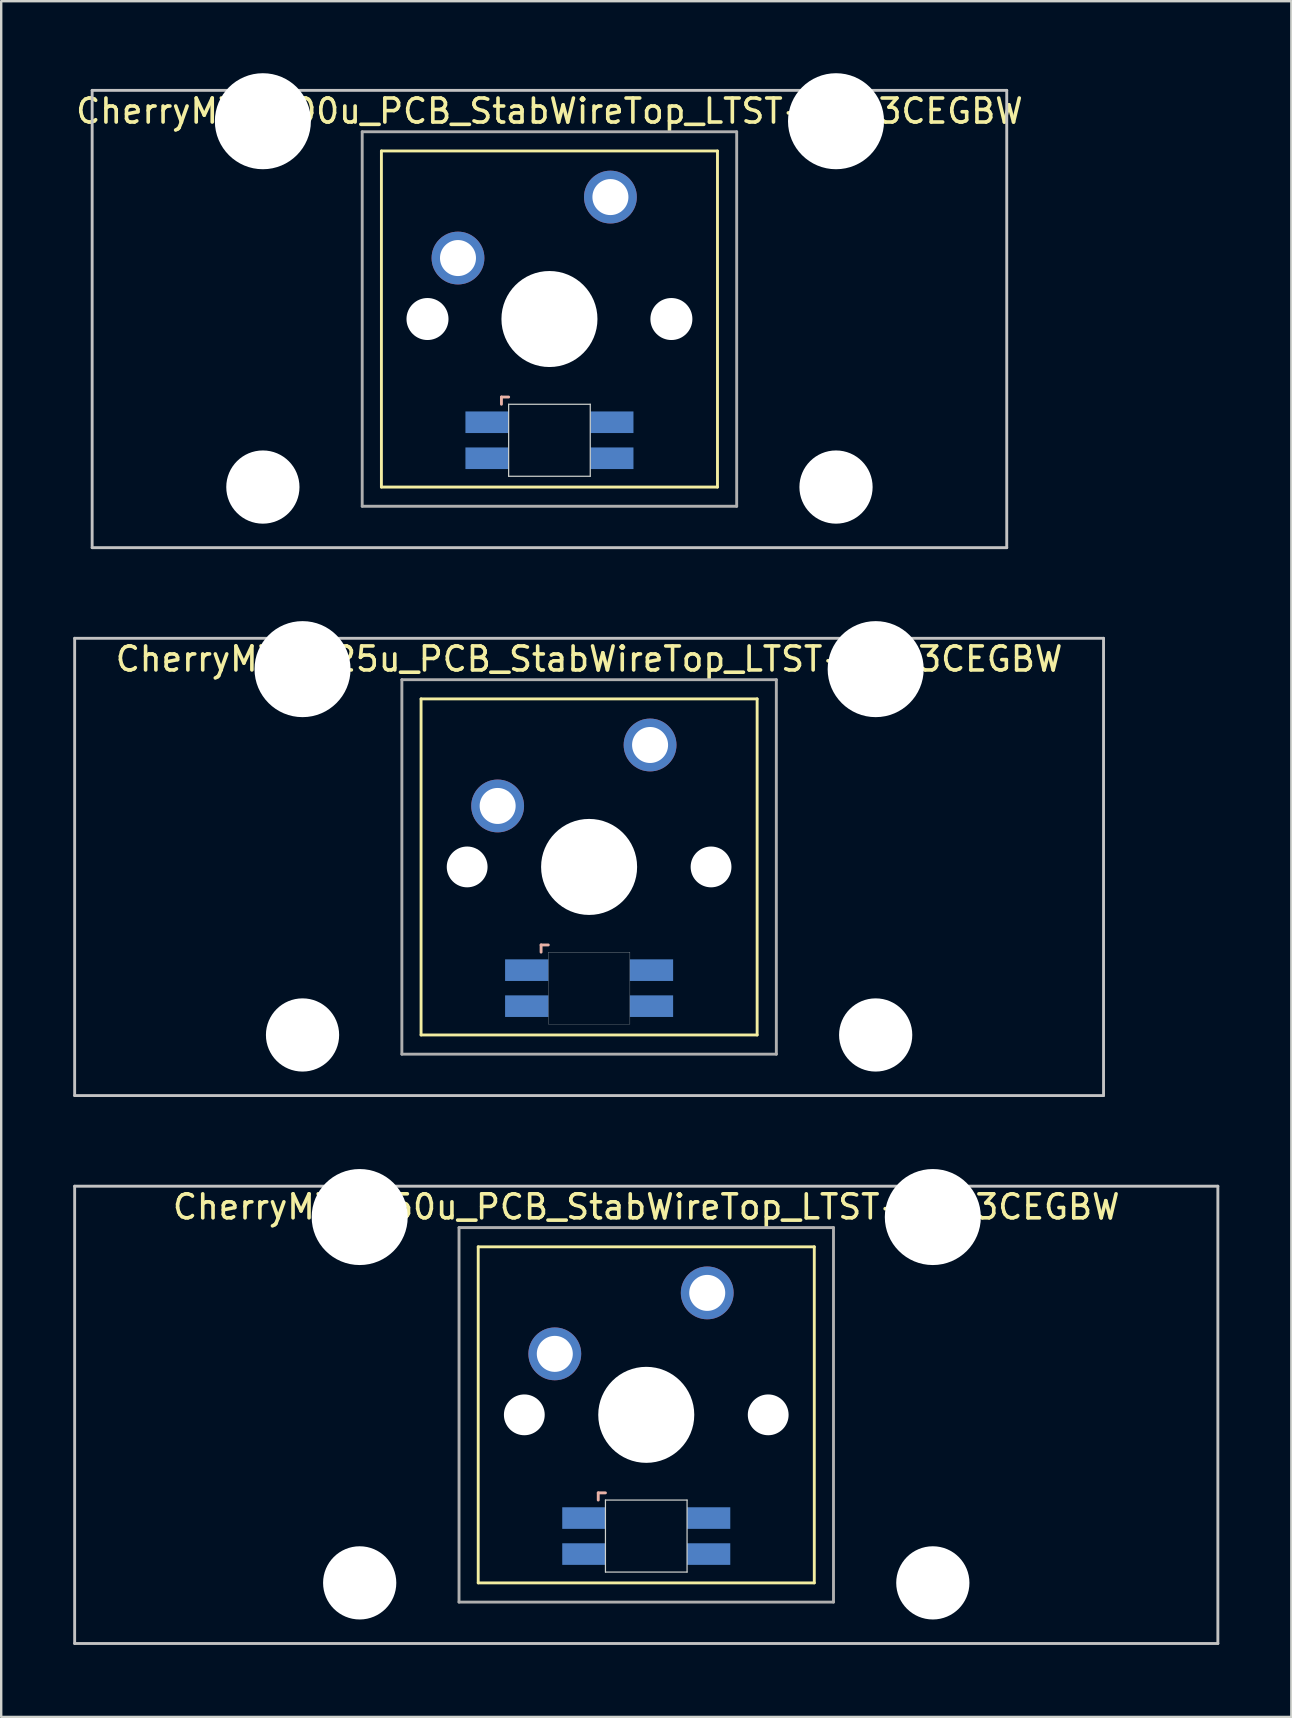
<source format=kicad_pcb>
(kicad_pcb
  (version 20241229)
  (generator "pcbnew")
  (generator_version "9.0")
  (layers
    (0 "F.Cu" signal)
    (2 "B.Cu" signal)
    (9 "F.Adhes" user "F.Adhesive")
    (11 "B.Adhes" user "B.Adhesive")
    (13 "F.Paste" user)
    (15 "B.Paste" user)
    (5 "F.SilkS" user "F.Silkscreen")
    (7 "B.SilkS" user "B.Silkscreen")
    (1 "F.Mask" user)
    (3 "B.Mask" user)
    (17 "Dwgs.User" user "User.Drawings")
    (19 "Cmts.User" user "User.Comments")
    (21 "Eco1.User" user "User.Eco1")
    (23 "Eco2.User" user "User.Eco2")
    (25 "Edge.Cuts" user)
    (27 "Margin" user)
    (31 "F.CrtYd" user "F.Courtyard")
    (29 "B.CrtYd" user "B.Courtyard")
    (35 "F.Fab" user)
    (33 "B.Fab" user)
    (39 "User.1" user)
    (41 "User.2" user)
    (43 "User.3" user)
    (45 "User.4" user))
  (footprint "CherryMX_2.25u_PCB_StabWireTop_LTST-A683CEGBW"
    (layer "F.Cu")
    (at 21.491 33.065)
    (property "Reference" "CherryMX_2.25u_PCB_StabWireTop_LTST-A683CEGBW" (at 0 -8.662 0) (layer "F.SilkS") (effects (font (size 1 1) (thickness 0.15))))
    (attr through_hole)
    (fp_line (start -7 -7) (end -7 7) (stroke (width 0.12) (type solid)) (layer "F.SilkS"))
    (fp_line (start -7 -7) (end 7 -7) (stroke (width 0.12) (type solid)) (layer "F.SilkS"))
    (fp_line (start 7 -7) (end 7 7) (stroke (width 0.12) (type solid)) (layer "F.SilkS"))
    (fp_line (start 7 7) (end -7 7) (stroke (width 0.12) (type solid)) (layer "F.SilkS"))
    (fp_line (start -2 3.25) (end -2 3.55) (stroke (width 0.12) (type solid)) (layer "B.SilkS"))
    (fp_line (start -1.7 3.25) (end -2 3.25) (stroke (width 0.12) (type solid)) (layer "B.SilkS"))
    (fp_line (start -21.431 -9.525) (end 21.431 -9.525) (stroke (width 0.12) (type solid)) (layer "Dwgs.User"))
    (fp_line (start -21.431 9.525) (end -21.431 -9.525) (stroke (width 0.12) (type solid)) (layer "Dwgs.User"))
    (fp_line (start 21.431 -9.525) (end 21.431 9.525) (stroke (width 0.12) (type solid)) (layer "Dwgs.User"))
    (fp_line (start 21.431 9.525) (end -21.431 9.525) (stroke (width 0.12) (type solid)) (layer "Dwgs.User"))
    (fp_poly (pts (xy 1.7 6.55) (xy -1.7 6.55) (xy -1.7 3.55) (xy 1.7 3.55)) (stroke (width 0.01) (type solid)) (fill no) (layer "Edge.Cuts"))
    (fp_line (start -7.8 -7.8) (end -7.8 7.8) (stroke (width 0.12) (type solid)) (layer "F.Fab"))
    (fp_line (start -7.8 -7.8) (end 7.8 -7.8) (stroke (width 0.12) (type solid)) (layer "F.Fab"))
    (fp_line (start -7.8 7.8) (end 7.8 7.8) (stroke (width 0.12) (type solid)) (layer "F.Fab"))
    (fp_line (start 7.8 -7.8) (end 7.8 7.8) (stroke (width 0.12) (type solid)) (layer "F.Fab"))
    (pad "" np_thru_hole circle (at -11.938 -8.24) (size 4 4) (drill 4) (layers "*.Cu" "*.Mask"))
    (pad "" np_thru_hole circle (at -11.938 7) (size 3.05 3.05) (drill 3.05) (layers "*.Cu" "*.Mask"))
    (pad "" np_thru_hole circle (at -5.08 0) (size 1.7 1.7) (drill 1.7) (layers "*.Cu" "*.Mask"))
    (pad "" np_thru_hole circle (at 0 0) (size 4 4) (drill 4) (layers "*.Cu" "*.Mask"))
    (pad "" np_thru_hole circle (at 5.08 0) (size 1.7 1.7) (drill 1.7) (layers "*.Cu" "*.Mask"))
    (pad "" np_thru_hole circle (at 11.938 -8.24) (size 4 4) (drill 4) (layers "*.Cu" "*.Mask"))
    (pad "" np_thru_hole circle (at 11.938 7) (size 3.05 3.05) (drill 3.05) (layers "*.Cu" "*.Mask"))
    (pad "1" thru_hole circle (at -3.81 -2.54) (size 2.2 2.2) (drill 1.5) (layers "*.Cu" "*.Mask"))
    (pad "2" thru_hole circle (at 2.54 -5.08) (size 2.2 2.2) (drill 1.5) (layers "*.Cu" "*.Mask"))
    (pad "3" smd rect (at -2.6 4.3) (size 1.8 0.9) (layers "B.Cu" "B.Mask" "B.Paste"))
    (pad "4" smd rect (at -2.6 5.8) (size 1.8 0.9) (layers "B.Cu" "B.Mask" "B.Paste"))
    (pad "5" smd rect (at 2.6 4.3) (size 1.8 0.9) (layers "B.Cu" "B.Mask" "B.Paste"))
    (pad "6" smd rect (at 2.6 5.8) (size 1.8 0.9) (layers "B.Cu" "B.Mask" "B.Paste")))
  (footprint "CherryMX_2.00u_PCB_StabWireTop_LTST-A683CEGBW"
    (layer "F.Cu")
    (at 19.839 10.24)
    (property "Reference" "CherryMX_2.00u_PCB_StabWireTop_LTST-A683CEGBW" (at 0 -8.662 0) (layer "F.SilkS") (effects (font (size 1 1) (thickness 0.15))))
    (attr through_hole)
    (fp_line (start -7 -7) (end -7 7) (stroke (width 0.12) (type solid)) (layer "F.SilkS"))
    (fp_line (start -7 -7) (end 7 -7) (stroke (width 0.12) (type solid)) (layer "F.SilkS"))
    (fp_line (start 7 -7) (end 7 7) (stroke (width 0.12) (type solid)) (layer "F.SilkS"))
    (fp_line (start 7 7) (end -7 7) (stroke (width 0.12) (type solid)) (layer "F.SilkS"))
    (fp_line (start -2 3.25) (end -2 3.55) (stroke (width 0.12) (type solid)) (layer "B.SilkS"))
    (fp_line (start -1.7 3.25) (end -2 3.25) (stroke (width 0.12) (type solid)) (layer "B.SilkS"))
    (fp_line (start -19.05 -9.525) (end 19.05 -9.525) (stroke (width 0.12) (type solid)) (layer "Dwgs.User"))
    (fp_line (start -19.05 9.525) (end -19.05 -9.525) (stroke (width 0.12) (type solid)) (layer "Dwgs.User"))
    (fp_line (start 19.05 -9.525) (end 19.05 9.525) (stroke (width 0.12) (type solid)) (layer "Dwgs.User"))
    (fp_line (start 19.05 9.525) (end -19.05 9.525) (stroke (width 0.12) (type solid)) (layer "Dwgs.User"))
    (fp_line (start -1.7 3.55) (end 1.7 3.55) (stroke (width 0.05) (type solid)) (layer "Edge.Cuts"))
    (fp_line (start -1.7 6.55) (end -1.7 3.55) (stroke (width 0.05) (type solid)) (layer "Edge.Cuts"))
    (fp_line (start 1.7 3.55) (end 1.7 6.55) (stroke (width 0.05) (type solid)) (layer "Edge.Cuts"))
    (fp_line (start 1.7 6.55) (end -1.7 6.55) (stroke (width 0.05) (type solid)) (layer "Edge.Cuts"))
    (fp_line (start -7.8 -7.8) (end -7.8 7.8) (stroke (width 0.12) (type solid)) (layer "F.Fab"))
    (fp_line (start -7.8 -7.8) (end 7.8 -7.8) (stroke (width 0.12) (type solid)) (layer "F.Fab"))
    (fp_line (start -7.8 7.8) (end 7.8 7.8) (stroke (width 0.12) (type solid)) (layer "F.Fab"))
    (fp_line (start 7.8 -7.8) (end 7.8 7.8) (stroke (width 0.12) (type solid)) (layer "F.Fab"))
    (pad "" np_thru_hole circle (at -11.938 -8.24) (size 4 4) (drill 4) (layers "*.Cu" "*.Mask"))
    (pad "" np_thru_hole circle (at -11.938 7) (size 3.05 3.05) (drill 3.05) (layers "*.Cu" "*.Mask"))
    (pad "" np_thru_hole circle (at -5.08 0) (size 1.75 1.75) (drill 1.75) (layers "*.Cu" "*.Mask"))
    (pad "" np_thru_hole circle (at 0 0) (size 4 4) (drill 4) (layers "*.Cu" "*.Mask"))
    (pad "" np_thru_hole circle (at 5.08 0) (size 1.75 1.75) (drill 1.75) (layers "*.Cu" "*.Mask"))
    (pad "" np_thru_hole circle (at 11.938 -8.24) (size 4 4) (drill 4) (layers "*.Cu" "*.Mask"))
    (pad "" np_thru_hole circle (at 11.938 7) (size 3.05 3.05) (drill 3.05) (layers "*.Cu" "*.Mask"))
    (pad "1" thru_hole circle (at -3.81 -2.54) (size 2.2 2.2) (drill 1.5) (layers "*.Cu" "*.Mask"))
    (pad "2" thru_hole circle (at 2.54 -5.08) (size 2.2 2.2) (drill 1.5) (layers "*.Cu" "*.Mask"))
    (pad "3" smd rect (at -2.6 4.3) (size 1.8 0.9) (layers "B.Cu" "B.Mask" "B.Paste"))
    (pad "4" smd rect (at -2.6 5.8) (size 1.8 0.9) (layers "B.Cu" "B.Mask" "B.Paste"))
    (pad "5" smd rect (at 2.6 4.3) (size 1.8 0.9) (layers "B.Cu" "B.Mask" "B.Paste"))
    (pad "6" smd rect (at 2.6 5.8) (size 1.8 0.9) (layers "B.Cu" "B.Mask" "B.Paste")))
  (footprint "CherryMX_2.50u_PCB_StabWireTop_LTST-A683CEGBW"
    (layer "F.Cu")
    (at 23.872 55.89)
    (property "Reference" "CherryMX_2.50u_PCB_StabWireTop_LTST-A683CEGBW" (at 0 -8.662 0) (layer "F.SilkS") (effects (font (size 1 1) (thickness 0.15))))
    (attr through_hole)
    (fp_line (start -7 -7) (end -7 7) (stroke (width 0.12) (type solid)) (layer "F.SilkS"))
    (fp_line (start -7 -7) (end 7 -7) (stroke (width 0.12) (type solid)) (layer "F.SilkS"))
    (fp_line (start 7 -7) (end 7 7) (stroke (width 0.12) (type solid)) (layer "F.SilkS"))
    (fp_line (start 7 7) (end -7 7) (stroke (width 0.12) (type solid)) (layer "F.SilkS"))
    (fp_line (start -2 3.25) (end -2 3.55) (stroke (width 0.12) (type solid)) (layer "B.SilkS"))
    (fp_line (start -1.7 3.25) (end -2 3.25) (stroke (width 0.12) (type solid)) (layer "B.SilkS"))
    (fp_line (start -23.812 -9.525) (end 23.812 -9.525) (stroke (width 0.12) (type solid)) (layer "Dwgs.User"))
    (fp_line (start -23.812 9.525) (end -23.812 -9.525) (stroke (width 0.12) (type solid)) (layer "Dwgs.User"))
    (fp_line (start 23.812 -9.525) (end 23.812 9.525) (stroke (width 0.12) (type solid)) (layer "Dwgs.User"))
    (fp_line (start 23.812 9.525) (end -23.812 9.525) (stroke (width 0.12) (type solid)) (layer "Dwgs.User"))
    (fp_line (start -1.7 3.55) (end 1.7 3.55) (stroke (width 0.05) (type solid)) (layer "Edge.Cuts"))
    (fp_line (start -1.7 6.55) (end -1.7 3.55) (stroke (width 0.05) (type solid)) (layer "Edge.Cuts"))
    (fp_line (start 1.7 3.55) (end 1.7 6.55) (stroke (width 0.05) (type solid)) (layer "Edge.Cuts"))
    (fp_line (start 1.7 6.55) (end -1.7 6.55) (stroke (width 0.05) (type solid)) (layer "Edge.Cuts"))
    (fp_line (start -7.8 -7.8) (end -7.8 7.8) (stroke (width 0.12) (type solid)) (layer "F.Fab"))
    (fp_line (start -7.8 -7.8) (end 7.8 -7.8) (stroke (width 0.12) (type solid)) (layer "F.Fab"))
    (fp_line (start -7.8 7.8) (end 7.8 7.8) (stroke (width 0.12) (type solid)) (layer "F.Fab"))
    (fp_line (start 7.8 -7.8) (end 7.8 7.8) (stroke (width 0.12) (type solid)) (layer "F.Fab"))
    (pad "" np_thru_hole circle (at -11.938 -8.24) (size 4 4) (drill 4) (layers "*.Cu" "*.Mask"))
    (pad "" np_thru_hole circle (at -11.938 7) (size 3.05 3.05) (drill 3.05) (layers "*.Cu" "*.Mask"))
    (pad "" np_thru_hole circle (at -5.08 0) (size 1.7 1.7) (drill 1.7) (layers "*.Cu" "*.Mask"))
    (pad "" np_thru_hole circle (at 0 0) (size 4 4) (drill 4) (layers "*.Cu" "*.Mask"))
    (pad "" np_thru_hole circle (at 5.08 0) (size 1.7 1.7) (drill 1.7) (layers "*.Cu" "*.Mask"))
    (pad "" np_thru_hole circle (at 11.938 -8.24) (size 4 4) (drill 4) (layers "*.Cu" "*.Mask"))
    (pad "" np_thru_hole circle (at 11.938 7) (size 3.05 3.05) (drill 3.05) (layers "*.Cu" "*.Mask"))
    (pad "1" thru_hole circle (at -3.81 -2.54) (size 2.2 2.2) (drill 1.5) (layers "*.Cu" "*.Mask"))
    (pad "2" thru_hole circle (at 2.54 -5.08) (size 2.2 2.2) (drill 1.5) (layers "*.Cu" "*.Mask"))
    (pad "3" smd rect (at -2.6 4.3) (size 1.8 0.9) (layers "B.Cu" "B.Mask" "B.Paste"))
    (pad "4" smd rect (at -2.6 5.8) (size 1.8 0.9) (layers "B.Cu" "B.Mask" "B.Paste"))
    (pad "5" smd rect (at 2.6 4.3) (size 1.8 0.9) (layers "B.Cu" "B.Mask" "B.Paste"))
    (pad "6" smd rect (at 2.6 5.8) (size 1.8 0.9) (layers "B.Cu" "B.Mask" "B.Paste")))
  (gr_rect
    (start -3 -3)
    (end 50.745 68.475)
    (stroke (width 0.1) (type default))
    (fill no)
    (layer "Edge.Cuts")))
</source>
